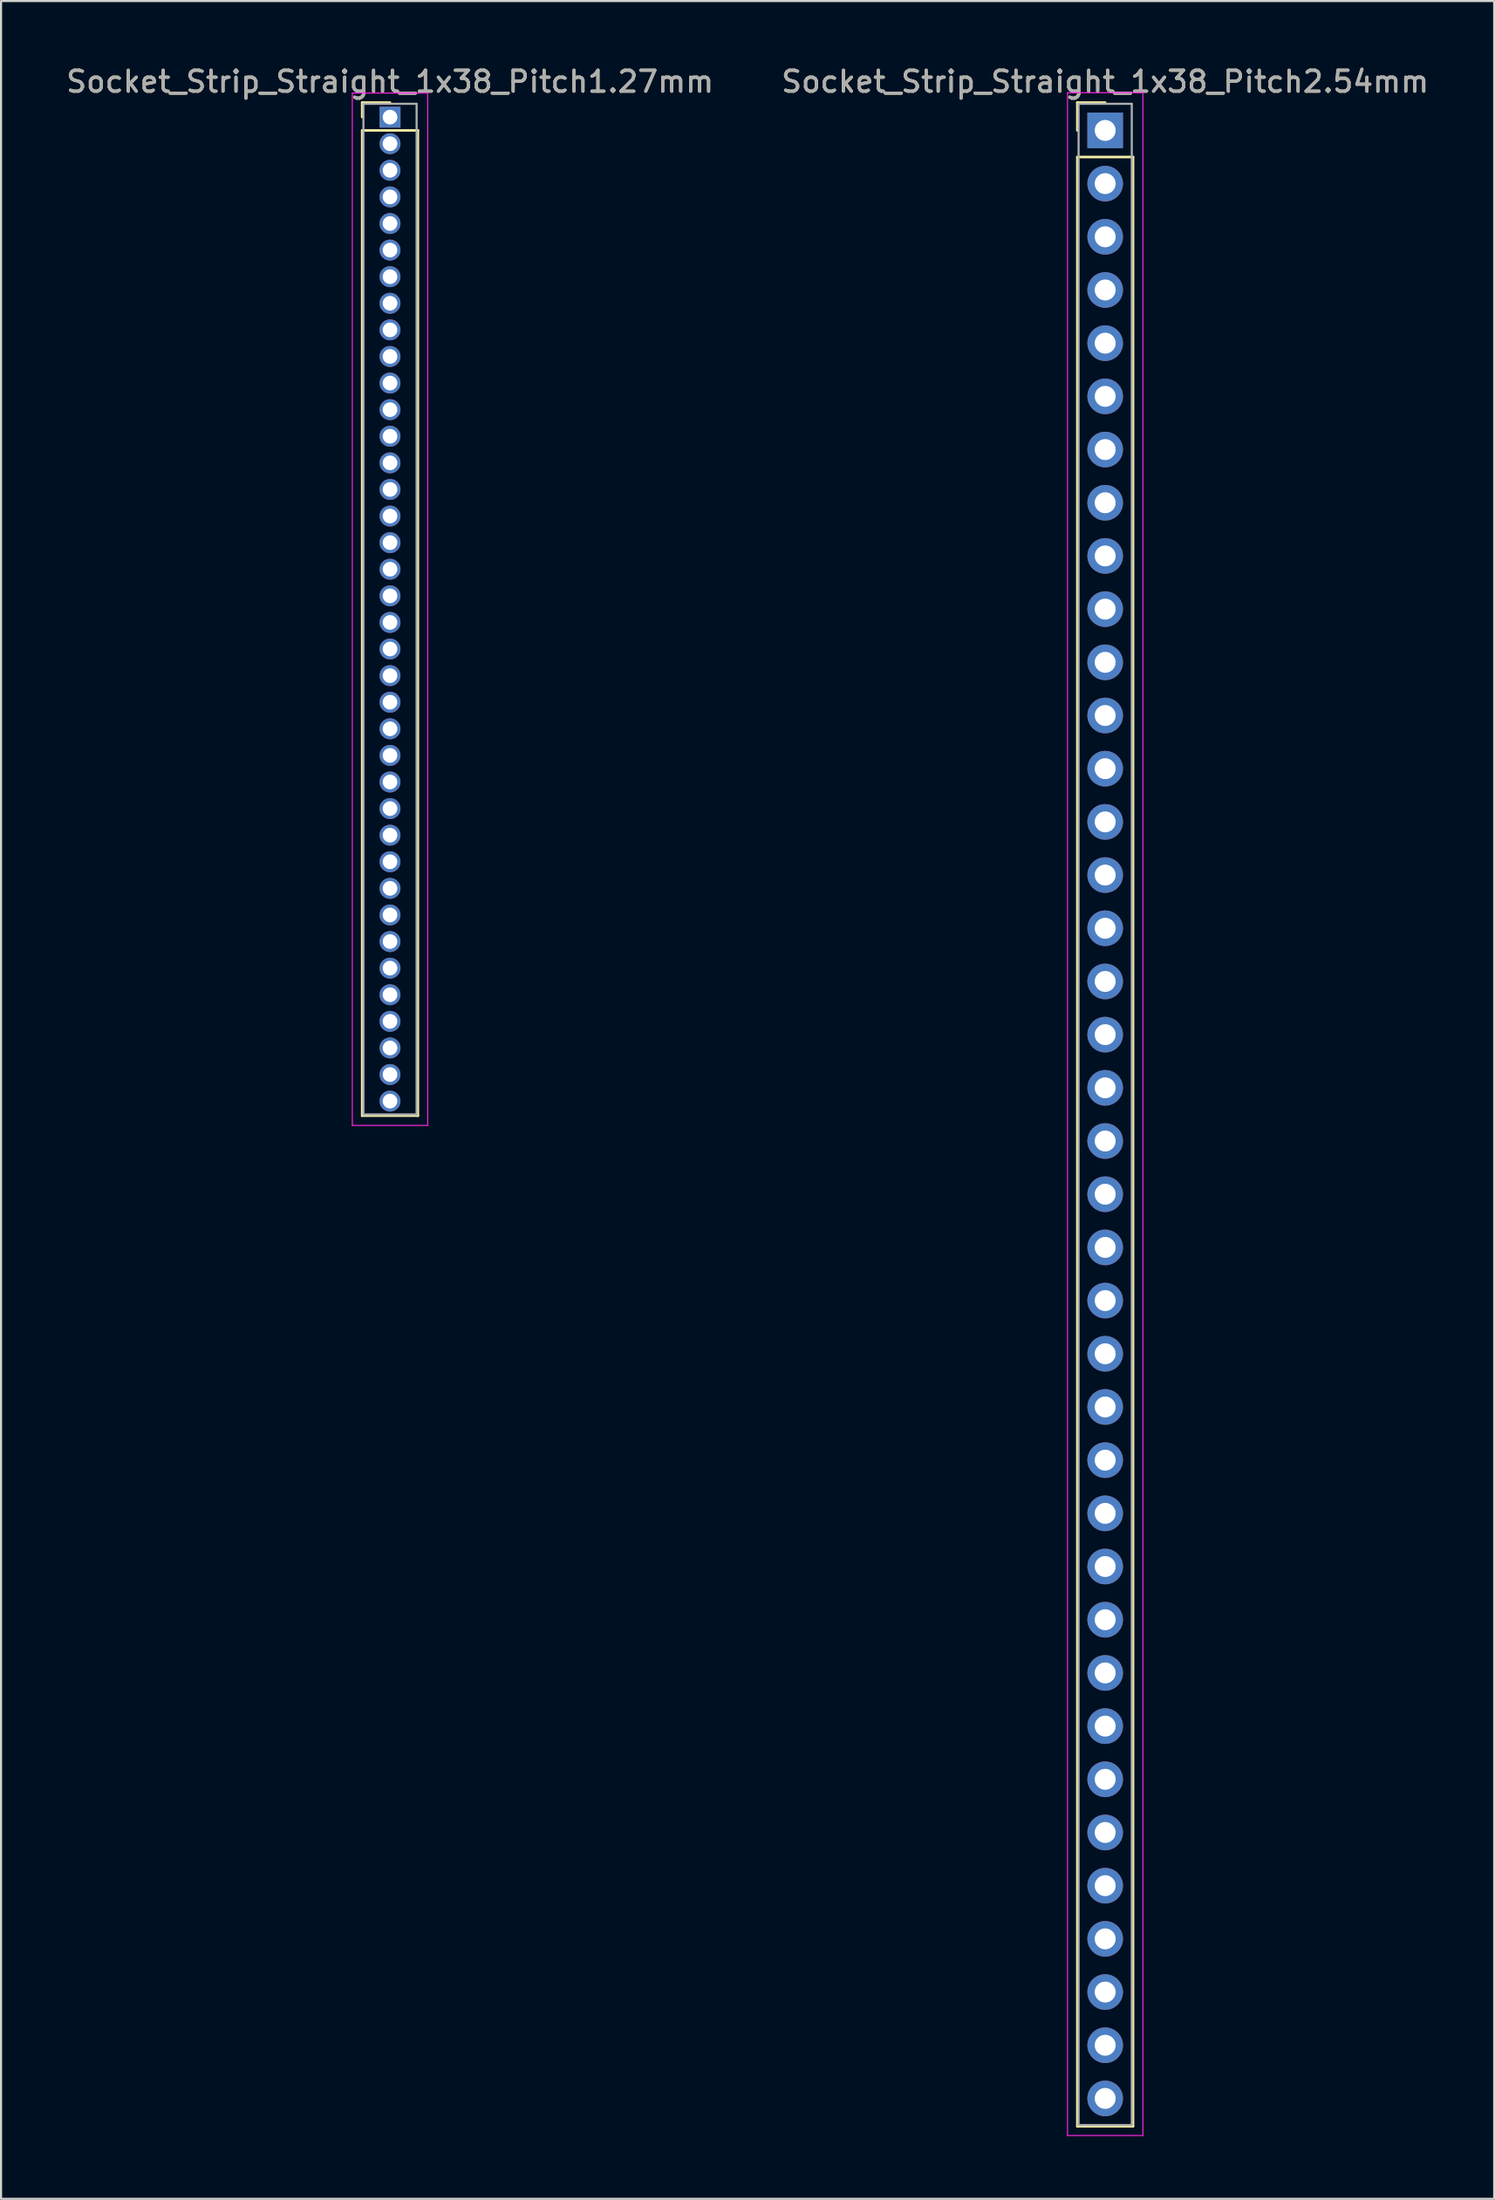
<source format=kicad_pcb>
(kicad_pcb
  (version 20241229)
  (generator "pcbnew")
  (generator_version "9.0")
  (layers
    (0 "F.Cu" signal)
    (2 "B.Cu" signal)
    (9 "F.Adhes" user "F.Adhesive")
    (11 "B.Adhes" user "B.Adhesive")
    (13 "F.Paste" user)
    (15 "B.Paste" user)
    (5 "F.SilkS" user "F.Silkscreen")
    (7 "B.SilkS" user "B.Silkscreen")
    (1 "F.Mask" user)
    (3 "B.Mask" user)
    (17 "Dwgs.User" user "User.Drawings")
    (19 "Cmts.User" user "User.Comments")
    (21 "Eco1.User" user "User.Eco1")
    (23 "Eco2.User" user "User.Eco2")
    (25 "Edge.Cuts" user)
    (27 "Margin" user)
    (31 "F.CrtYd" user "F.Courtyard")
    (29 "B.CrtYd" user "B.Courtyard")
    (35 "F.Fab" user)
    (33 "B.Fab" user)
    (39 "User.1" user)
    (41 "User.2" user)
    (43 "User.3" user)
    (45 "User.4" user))
  (footprint "Socket_Strip_Straight_1x38_Pitch2.54mm"
    (layer "F.Cu")
    (at 49.732 3.178)
    (property "Reference" "Socket_Strip_Straight_1x38_Pitch2.54mm" (at 0 -2.33 0) (layer "F.SilkS") (effects (font (size 1 1) (thickness 0.15))))
    (attr through_hole)
    (fp_line (start -1.33 -1.33) (end 0 -1.33) (stroke (width 0.12) (type solid)) (layer "F.SilkS"))
    (fp_line (start -1.33 0) (end -1.33 -1.33) (stroke (width 0.12) (type solid)) (layer "F.SilkS"))
    (fp_line (start -1.33 1.27) (end -1.33 95.31) (stroke (width 0.12) (type solid)) (layer "F.SilkS"))
    (fp_line (start -1.33 95.31) (end 1.33 95.31) (stroke (width 0.12) (type solid)) (layer "F.SilkS"))
    (fp_line (start 1.33 1.27) (end -1.33 1.27) (stroke (width 0.12) (type solid)) (layer "F.SilkS"))
    (fp_line (start 1.33 95.31) (end 1.33 1.27) (stroke (width 0.12) (type solid)) (layer "F.SilkS"))
    (fp_line (start -1.8 -1.8) (end -1.8 95.75) (stroke (width 0.05) (type solid)) (layer "F.CrtYd"))
    (fp_line (start -1.8 95.75) (end 1.8 95.75) (stroke (width 0.05) (type solid)) (layer "F.CrtYd"))
    (fp_line (start 1.8 -1.8) (end -1.8 -1.8) (stroke (width 0.05) (type solid)) (layer "F.CrtYd"))
    (fp_line (start 1.8 95.75) (end 1.8 -1.8) (stroke (width 0.05) (type solid)) (layer "F.CrtYd"))
    (fp_line (start -1.27 -1.27) (end -1.27 95.25) (stroke (width 0.1) (type solid)) (layer "F.Fab"))
    (fp_line (start -1.27 95.25) (end 1.27 95.25) (stroke (width 0.1) (type solid)) (layer "F.Fab"))
    (fp_line (start 1.27 -1.27) (end -1.27 -1.27) (stroke (width 0.1) (type solid)) (layer "F.Fab"))
    (fp_line (start 1.27 95.25) (end 1.27 -1.27) (stroke (width 0.1) (type solid)) (layer "F.Fab"))
    (fp_text user "${REFERENCE}" (at 0 -2.33 0) (layer "F.Fab") (effects (font (size 1 1) (thickness 0.15))))
    (pad "1" thru_hole rect (at 0 0) (size 1.7 1.7) (drill 1) (layers "*.Cu" "*.Mask"))
    (pad "2" thru_hole oval (at 0 2.54) (size 1.7 1.7) (drill 1) (layers "*.Cu" "*.Mask"))
    (pad "3" thru_hole oval (at 0 5.08) (size 1.7 1.7) (drill 1) (layers "*.Cu" "*.Mask"))
    (pad "4" thru_hole oval (at 0 7.62) (size 1.7 1.7) (drill 1) (layers "*.Cu" "*.Mask"))
    (pad "5" thru_hole oval (at 0 10.16) (size 1.7 1.7) (drill 1) (layers "*.Cu" "*.Mask"))
    (pad "6" thru_hole oval (at 0 12.7) (size 1.7 1.7) (drill 1) (layers "*.Cu" "*.Mask"))
    (pad "7" thru_hole oval (at 0 15.24) (size 1.7 1.7) (drill 1) (layers "*.Cu" "*.Mask"))
    (pad "8" thru_hole oval (at 0 17.78) (size 1.7 1.7) (drill 1) (layers "*.Cu" "*.Mask"))
    (pad "9" thru_hole oval (at 0 20.32) (size 1.7 1.7) (drill 1) (layers "*.Cu" "*.Mask"))
    (pad "10" thru_hole oval (at 0 22.86) (size 1.7 1.7) (drill 1) (layers "*.Cu" "*.Mask"))
    (pad "11" thru_hole oval (at 0 25.4) (size 1.7 1.7) (drill 1) (layers "*.Cu" "*.Mask"))
    (pad "12" thru_hole oval (at 0 27.94) (size 1.7 1.7) (drill 1) (layers "*.Cu" "*.Mask"))
    (pad "13" thru_hole oval (at 0 30.48) (size 1.7 1.7) (drill 1) (layers "*.Cu" "*.Mask"))
    (pad "14" thru_hole oval (at 0 33.02) (size 1.7 1.7) (drill 1) (layers "*.Cu" "*.Mask"))
    (pad "15" thru_hole oval (at 0 35.56) (size 1.7 1.7) (drill 1) (layers "*.Cu" "*.Mask"))
    (pad "16" thru_hole oval (at 0 38.1) (size 1.7 1.7) (drill 1) (layers "*.Cu" "*.Mask"))
    (pad "17" thru_hole oval (at 0 40.64) (size 1.7 1.7) (drill 1) (layers "*.Cu" "*.Mask"))
    (pad "18" thru_hole oval (at 0 43.18) (size 1.7 1.7) (drill 1) (layers "*.Cu" "*.Mask"))
    (pad "19" thru_hole oval (at 0 45.72) (size 1.7 1.7) (drill 1) (layers "*.Cu" "*.Mask"))
    (pad "20" thru_hole oval (at 0 48.26) (size 1.7 1.7) (drill 1) (layers "*.Cu" "*.Mask"))
    (pad "21" thru_hole oval (at 0 50.8) (size 1.7 1.7) (drill 1) (layers "*.Cu" "*.Mask"))
    (pad "22" thru_hole oval (at 0 53.34) (size 1.7 1.7) (drill 1) (layers "*.Cu" "*.Mask"))
    (pad "23" thru_hole oval (at 0 55.88) (size 1.7 1.7) (drill 1) (layers "*.Cu" "*.Mask"))
    (pad "24" thru_hole oval (at 0 58.42) (size 1.7 1.7) (drill 1) (layers "*.Cu" "*.Mask"))
    (pad "25" thru_hole oval (at 0 60.96) (size 1.7 1.7) (drill 1) (layers "*.Cu" "*.Mask"))
    (pad "26" thru_hole oval (at 0 63.5) (size 1.7 1.7) (drill 1) (layers "*.Cu" "*.Mask"))
    (pad "27" thru_hole oval (at 0 66.04) (size 1.7 1.7) (drill 1) (layers "*.Cu" "*.Mask"))
    (pad "28" thru_hole oval (at 0 68.58) (size 1.7 1.7) (drill 1) (layers "*.Cu" "*.Mask"))
    (pad "29" thru_hole oval (at 0 71.12) (size 1.7 1.7) (drill 1) (layers "*.Cu" "*.Mask"))
    (pad "30" thru_hole oval (at 0 73.66) (size 1.7 1.7) (drill 1) (layers "*.Cu" "*.Mask"))
    (pad "31" thru_hole oval (at 0 76.2) (size 1.7 1.7) (drill 1) (layers "*.Cu" "*.Mask"))
    (pad "32" thru_hole oval (at 0 78.74) (size 1.7 1.7) (drill 1) (layers "*.Cu" "*.Mask"))
    (pad "33" thru_hole oval (at 0 81.28) (size 1.7 1.7) (drill 1) (layers "*.Cu" "*.Mask"))
    (pad "34" thru_hole oval (at 0 83.82) (size 1.7 1.7) (drill 1) (layers "*.Cu" "*.Mask"))
    (pad "35" thru_hole oval (at 0 86.36) (size 1.7 1.7) (drill 1) (layers "*.Cu" "*.Mask"))
    (pad "36" thru_hole oval (at 0 88.9) (size 1.7 1.7) (drill 1) (layers "*.Cu" "*.Mask"))
    (pad "37" thru_hole oval (at 0 91.44) (size 1.7 1.7) (drill 1) (layers "*.Cu" "*.Mask"))
    (pad "38" thru_hole oval (at 0 93.98) (size 1.7 1.7) (drill 1) (layers "*.Cu" "*.Mask")))
  (footprint "Socket_Strip_Straight_1x38_Pitch1.27mm"
    (layer "F.Cu")
    (at 15.577 2.543)
    (property "Reference" "Socket_Strip_Straight_1x38_Pitch1.27mm" (at 0 -1.695 0) (layer "F.SilkS") (effects (font (size 1 1) (thickness 0.15))))
    (attr through_hole)
    (fp_line (start -1.33 -0.695) (end 0 -0.695) (stroke (width 0.12) (type solid)) (layer "F.SilkS"))
    (fp_line (start -1.33 0) (end -1.33 -0.695) (stroke (width 0.12) (type solid)) (layer "F.SilkS"))
    (fp_line (start -1.33 0.635) (end -1.33 47.685) (stroke (width 0.12) (type solid)) (layer "F.SilkS"))
    (fp_line (start -1.33 47.685) (end 1.33 47.685) (stroke (width 0.12) (type solid)) (layer "F.SilkS"))
    (fp_line (start 1.33 0.635) (end -1.33 0.635) (stroke (width 0.12) (type solid)) (layer "F.SilkS"))
    (fp_line (start 1.33 47.685) (end 1.33 0.635) (stroke (width 0.12) (type solid)) (layer "F.SilkS"))
    (fp_line (start -1.8 -1.15) (end -1.8 48.15) (stroke (width 0.05) (type solid)) (layer "F.CrtYd"))
    (fp_line (start -1.8 48.15) (end 1.8 48.15) (stroke (width 0.05) (type solid)) (layer "F.CrtYd"))
    (fp_line (start 1.8 -1.15) (end -1.8 -1.15) (stroke (width 0.05) (type solid)) (layer "F.CrtYd"))
    (fp_line (start 1.8 48.15) (end 1.8 -1.15) (stroke (width 0.05) (type solid)) (layer "F.CrtYd"))
    (fp_line (start -1.27 -0.635) (end -1.27 47.625) (stroke (width 0.1) (type solid)) (layer "F.Fab"))
    (fp_line (start -1.27 47.625) (end 1.27 47.625) (stroke (width 0.1) (type solid)) (layer "F.Fab"))
    (fp_line (start 1.27 -0.635) (end -1.27 -0.635) (stroke (width 0.1) (type solid)) (layer "F.Fab"))
    (fp_line (start 1.27 47.625) (end 1.27 -0.635) (stroke (width 0.1) (type solid)) (layer "F.Fab"))
    (fp_text user "${REFERENCE}" (at 0 -1.695 0) (layer "F.Fab") (effects (font (size 1 1) (thickness 0.15))))
    (pad "1" thru_hole rect (at 0 0) (size 1 1) (drill 0.7) (layers "*.Cu" "*.Mask"))
    (pad "2" thru_hole oval (at 0 1.27) (size 1 1) (drill 0.7) (layers "*.Cu" "*.Mask"))
    (pad "3" thru_hole oval (at 0 2.54) (size 1 1) (drill 0.7) (layers "*.Cu" "*.Mask"))
    (pad "4" thru_hole oval (at 0 3.81) (size 1 1) (drill 0.7) (layers "*.Cu" "*.Mask"))
    (pad "5" thru_hole oval (at 0 5.08) (size 1 1) (drill 0.7) (layers "*.Cu" "*.Mask"))
    (pad "6" thru_hole oval (at 0 6.35) (size 1 1) (drill 0.7) (layers "*.Cu" "*.Mask"))
    (pad "7" thru_hole oval (at 0 7.62) (size 1 1) (drill 0.7) (layers "*.Cu" "*.Mask"))
    (pad "8" thru_hole oval (at 0 8.89) (size 1 1) (drill 0.7) (layers "*.Cu" "*.Mask"))
    (pad "9" thru_hole oval (at 0 10.16) (size 1 1) (drill 0.7) (layers "*.Cu" "*.Mask"))
    (pad "10" thru_hole oval (at 0 11.43) (size 1 1) (drill 0.7) (layers "*.Cu" "*.Mask"))
    (pad "11" thru_hole oval (at 0 12.7) (size 1 1) (drill 0.7) (layers "*.Cu" "*.Mask"))
    (pad "12" thru_hole oval (at 0 13.97) (size 1 1) (drill 0.7) (layers "*.Cu" "*.Mask"))
    (pad "13" thru_hole oval (at 0 15.24) (size 1 1) (drill 0.7) (layers "*.Cu" "*.Mask"))
    (pad "14" thru_hole oval (at 0 16.51) (size 1 1) (drill 0.7) (layers "*.Cu" "*.Mask"))
    (pad "15" thru_hole oval (at 0 17.78) (size 1 1) (drill 0.7) (layers "*.Cu" "*.Mask"))
    (pad "16" thru_hole oval (at 0 19.05) (size 1 1) (drill 0.7) (layers "*.Cu" "*.Mask"))
    (pad "17" thru_hole oval (at 0 20.32) (size 1 1) (drill 0.7) (layers "*.Cu" "*.Mask"))
    (pad "18" thru_hole oval (at 0 21.59) (size 1 1) (drill 0.7) (layers "*.Cu" "*.Mask"))
    (pad "19" thru_hole oval (at 0 22.86) (size 1 1) (drill 0.7) (layers "*.Cu" "*.Mask"))
    (pad "20" thru_hole oval (at 0 24.13) (size 1 1) (drill 0.7) (layers "*.Cu" "*.Mask"))
    (pad "21" thru_hole oval (at 0 25.4) (size 1 1) (drill 0.7) (layers "*.Cu" "*.Mask"))
    (pad "22" thru_hole oval (at 0 26.67) (size 1 1) (drill 0.7) (layers "*.Cu" "*.Mask"))
    (pad "23" thru_hole oval (at 0 27.94) (size 1 1) (drill 0.7) (layers "*.Cu" "*.Mask"))
    (pad "24" thru_hole oval (at 0 29.21) (size 1 1) (drill 0.7) (layers "*.Cu" "*.Mask"))
    (pad "25" thru_hole oval (at 0 30.48) (size 1 1) (drill 0.7) (layers "*.Cu" "*.Mask"))
    (pad "26" thru_hole oval (at 0 31.75) (size 1 1) (drill 0.7) (layers "*.Cu" "*.Mask"))
    (pad "27" thru_hole oval (at 0 33.02) (size 1 1) (drill 0.7) (layers "*.Cu" "*.Mask"))
    (pad "28" thru_hole oval (at 0 34.29) (size 1 1) (drill 0.7) (layers "*.Cu" "*.Mask"))
    (pad "29" thru_hole oval (at 0 35.56) (size 1 1) (drill 0.7) (layers "*.Cu" "*.Mask"))
    (pad "30" thru_hole oval (at 0 36.83) (size 1 1) (drill 0.7) (layers "*.Cu" "*.Mask"))
    (pad "31" thru_hole oval (at 0 38.1) (size 1 1) (drill 0.7) (layers "*.Cu" "*.Mask"))
    (pad "32" thru_hole oval (at 0 39.37) (size 1 1) (drill 0.7) (layers "*.Cu" "*.Mask"))
    (pad "33" thru_hole oval (at 0 40.64) (size 1 1) (drill 0.7) (layers "*.Cu" "*.Mask"))
    (pad "34" thru_hole oval (at 0 41.91) (size 1 1) (drill 0.7) (layers "*.Cu" "*.Mask"))
    (pad "35" thru_hole oval (at 0 43.18) (size 1 1) (drill 0.7) (layers "*.Cu" "*.Mask"))
    (pad "36" thru_hole oval (at 0 44.45) (size 1 1) (drill 0.7) (layers "*.Cu" "*.Mask"))
    (pad "37" thru_hole oval (at 0 45.72) (size 1 1) (drill 0.7) (layers "*.Cu" "*.Mask"))
    (pad "38" thru_hole oval (at 0 46.99) (size 1 1) (drill 0.7) (layers "*.Cu" "*.Mask")))
  (gr_rect
    (start -3 -3)
    (end 68.31 101.953)
    (stroke (width 0.1) (type default))
    (fill no)
    (layer "Edge.Cuts")))
</source>
